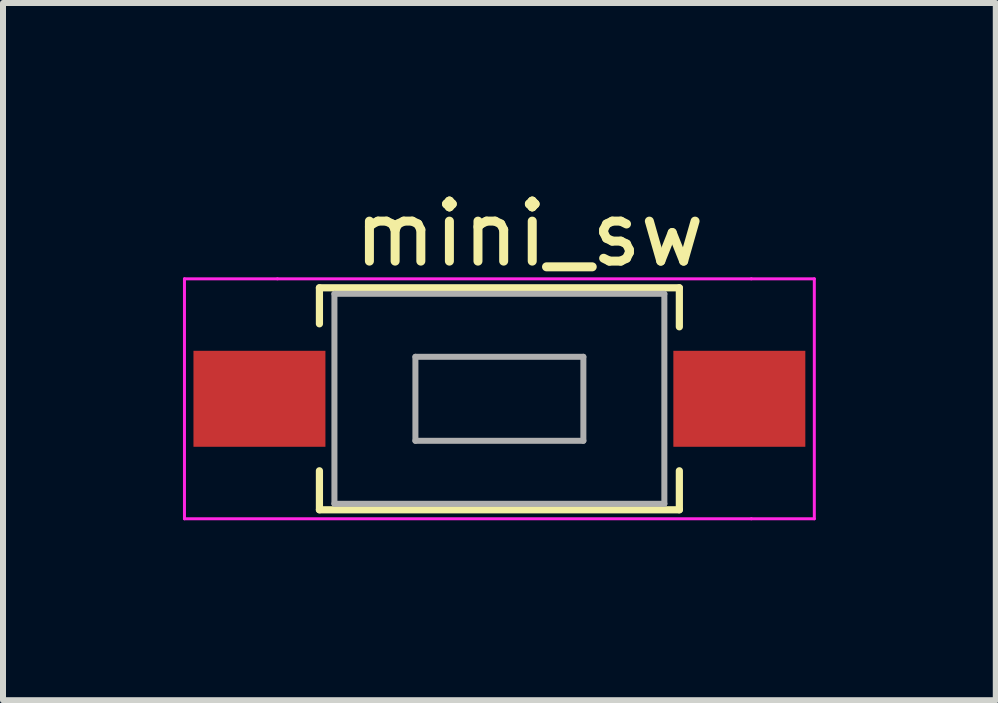
<source format=kicad_pcb>
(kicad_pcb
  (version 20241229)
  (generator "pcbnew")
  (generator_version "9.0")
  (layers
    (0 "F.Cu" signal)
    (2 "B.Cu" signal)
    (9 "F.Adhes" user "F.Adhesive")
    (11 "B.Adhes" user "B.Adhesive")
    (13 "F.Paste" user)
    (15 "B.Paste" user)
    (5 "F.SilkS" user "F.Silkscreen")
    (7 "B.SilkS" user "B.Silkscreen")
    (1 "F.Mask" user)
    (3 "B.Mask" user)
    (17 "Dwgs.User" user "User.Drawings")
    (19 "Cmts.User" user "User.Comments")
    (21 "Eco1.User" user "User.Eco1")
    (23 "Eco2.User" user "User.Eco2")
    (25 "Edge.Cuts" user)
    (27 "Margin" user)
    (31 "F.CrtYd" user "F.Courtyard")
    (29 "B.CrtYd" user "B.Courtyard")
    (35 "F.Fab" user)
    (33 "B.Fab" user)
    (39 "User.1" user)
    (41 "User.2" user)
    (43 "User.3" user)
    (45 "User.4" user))
  (footprint "mini_sw"
    (layer "F.Cu")
    (at 5.275 3.598)
    (property "Reference" "mini_sw" (at 0.5 -2.75 0) (layer "F.SilkS") (effects (font (size 1 1) (thickness 0.15))))
    (attr through_hole)
    (fp_line (start -3 -1.85) (end -3 -1.25) (stroke (width 0.12) (type solid)) (layer "F.SilkS"))
    (fp_line (start -3 1.2) (end -3 1.85) (stroke (width 0.12) (type solid)) (layer "F.SilkS"))
    (fp_line (start -3 1.85) (end 3 1.85) (stroke (width 0.12) (type solid)) (layer "F.SilkS"))
    (fp_line (start 3 -1.85) (end -3 -1.85) (stroke (width 0.12) (type solid)) (layer "F.SilkS"))
    (fp_line (start 3 -1.85) (end 3 -1.2) (stroke (width 0.12) (type solid)) (layer "F.SilkS"))
    (fp_line (start 3 1.85) (end 3 1.2) (stroke (width 0.12) (type solid)) (layer "F.SilkS"))
    (fp_line (start -5.25 -2) (end -3.7 -2) (stroke (width 0.05) (type solid)) (layer "F.CrtYd"))
    (fp_line (start -5.25 2) (end -5.25 -2) (stroke (width 0.05) (type solid)) (layer "F.CrtYd"))
    (fp_line (start -3.7 -2) (end 4.2 -2) (stroke (width 0.05) (type solid)) (layer "F.CrtYd"))
    (fp_line (start 4.2 -2) (end 5.25 -2) (stroke (width 0.05) (type solid)) (layer "F.CrtYd"))
    (fp_line (start 4.2 2) (end -5.25 2) (stroke (width 0.05) (type solid)) (layer "F.CrtYd"))
    (fp_line (start 4.2 2) (end 5.25 2) (stroke (width 0.05) (type solid)) (layer "F.CrtYd"))
    (fp_line (start 5.25 -2) (end 5.25 2) (stroke (width 0.05) (type solid)) (layer "F.CrtYd"))
    (fp_line (start -2.75 -1.75) (end 2.75 -1.75) (stroke (width 0.1) (type solid)) (layer "F.Fab"))
    (fp_line (start -2.75 1.75) (end -2.75 -1.75) (stroke (width 0.1) (type solid)) (layer "F.Fab"))
    (fp_line (start -1.4 -0.7) (end 1.4 -0.7) (stroke (width 0.1) (type solid)) (layer "F.Fab"))
    (fp_line (start -1.4 0.7) (end -1.4 -0.7) (stroke (width 0.1) (type solid)) (layer "F.Fab"))
    (fp_line (start 1.4 -0.7) (end 1.4 0.7) (stroke (width 0.1) (type solid)) (layer "F.Fab"))
    (fp_line (start 1.4 0.7) (end -1.4 0.7) (stroke (width 0.1) (type solid)) (layer "F.Fab"))
    (fp_line (start 2.75 -1.75) (end 2.75 1.75) (stroke (width 0.1) (type solid)) (layer "F.Fab"))
    (fp_line (start 2.75 1.75) (end -2.75 1.75) (stroke (width 0.1) (type solid)) (layer "F.Fab"))
    (pad "1" smd custom (at -4 0) (size 2.2 1.6) (layers "F.Cu" "F.Mask" "F.Paste") (options (anchor rect)) (primitives))
    (pad "2" smd custom (at 4 0) (size 2.2 1.6) (layers "F.Cu" "F.Mask" "F.Paste") (options (anchor rect)) (primitives)))
  (gr_rect
    (start -3 -3)
    (end 13.55 8.623)
    (stroke (width 0.1) (type default))
    (fill no)
    (layer "Edge.Cuts")))
</source>
